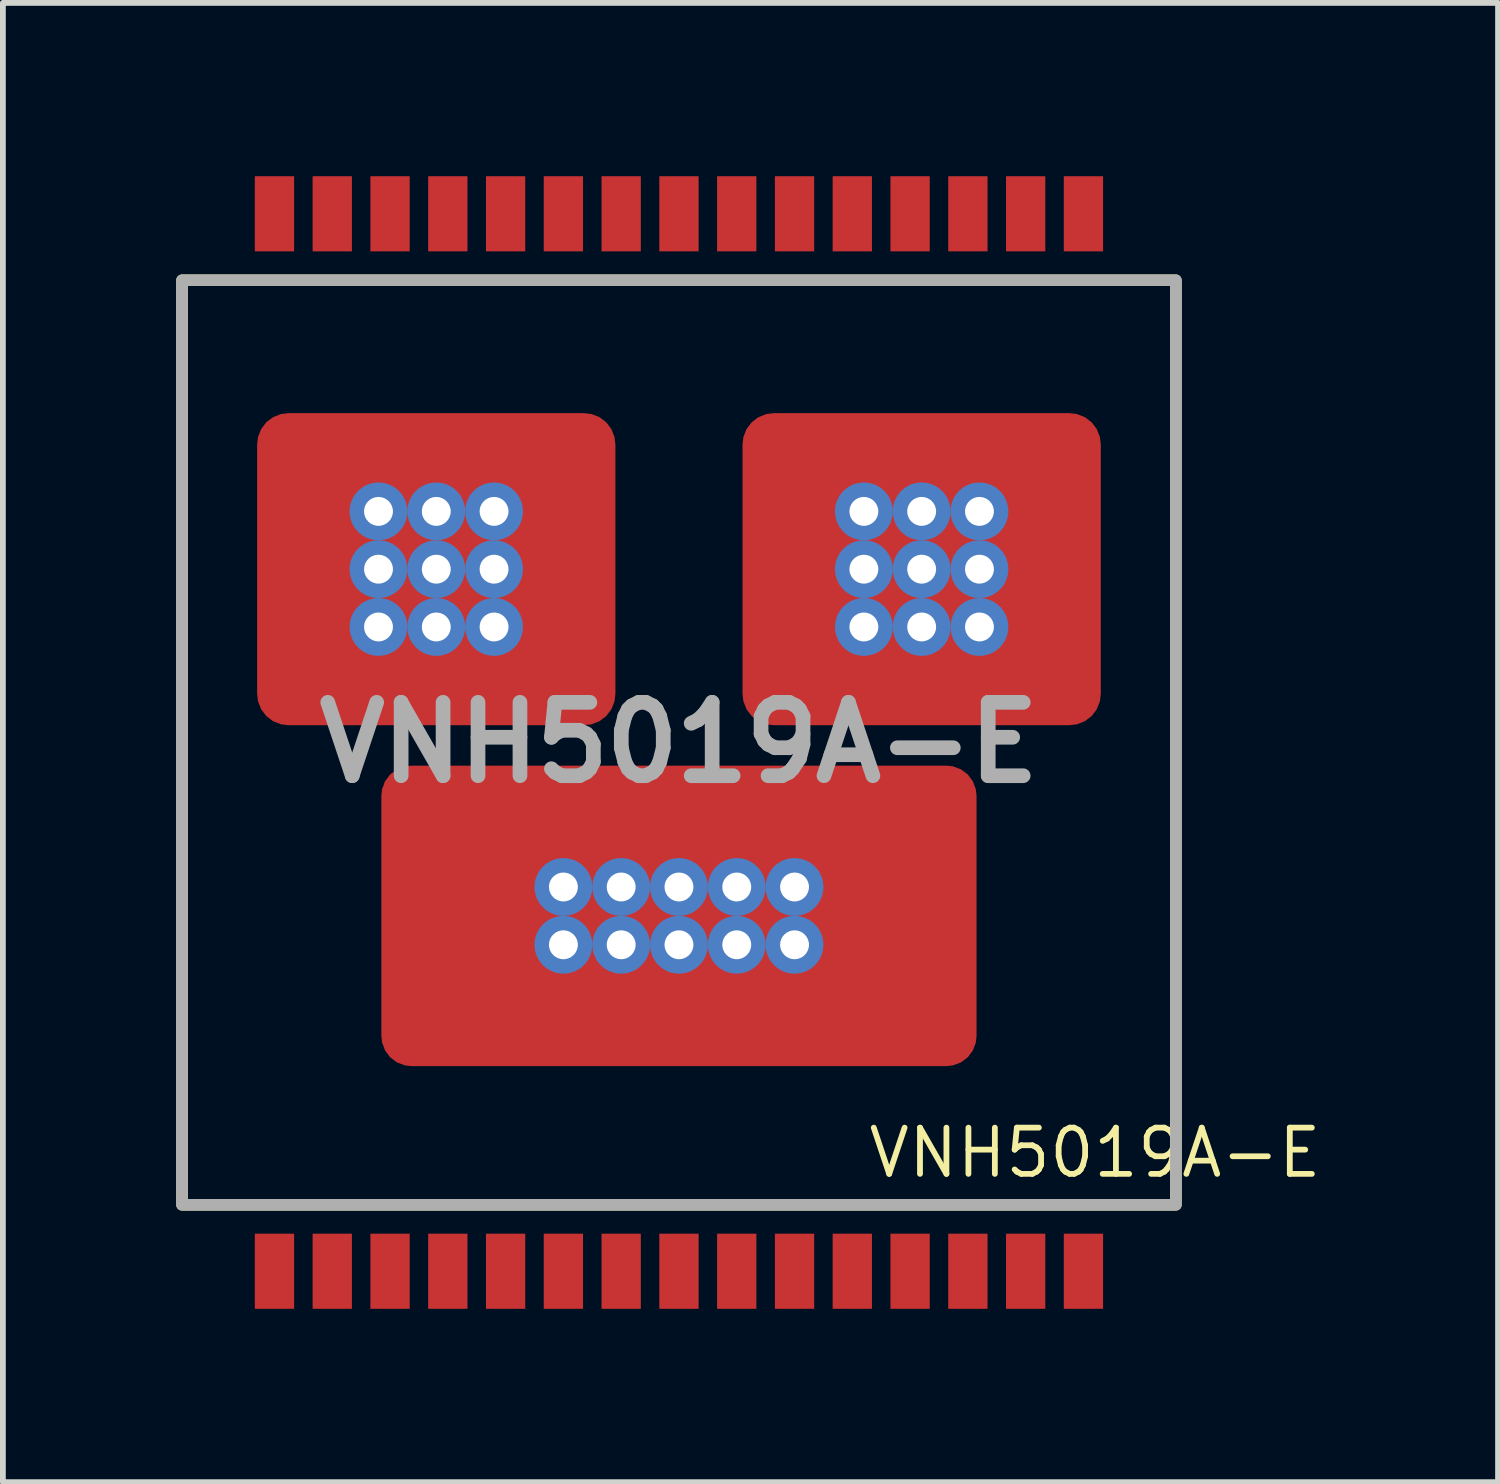
<source format=kicad_pcb>
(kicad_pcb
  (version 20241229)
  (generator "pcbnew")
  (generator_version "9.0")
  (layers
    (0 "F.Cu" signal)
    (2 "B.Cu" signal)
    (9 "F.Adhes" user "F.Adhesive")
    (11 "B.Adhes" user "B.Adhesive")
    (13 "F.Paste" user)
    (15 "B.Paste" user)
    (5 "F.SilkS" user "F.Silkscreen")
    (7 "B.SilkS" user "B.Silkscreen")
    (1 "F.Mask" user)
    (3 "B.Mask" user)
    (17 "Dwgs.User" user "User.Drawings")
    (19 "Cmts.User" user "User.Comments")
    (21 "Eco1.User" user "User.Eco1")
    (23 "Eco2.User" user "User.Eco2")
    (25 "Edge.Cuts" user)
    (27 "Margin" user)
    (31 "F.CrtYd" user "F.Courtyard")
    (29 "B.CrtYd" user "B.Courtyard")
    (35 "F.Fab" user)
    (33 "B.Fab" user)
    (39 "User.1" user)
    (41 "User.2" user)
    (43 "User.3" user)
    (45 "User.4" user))
  (footprint "VNH5019A-E"
    (layer "F.Cu")
    (at 8.7 9.8)
    (property "Reference" "VNH5019A-E" (at 7.2 7.1 0) (layer "F.SilkS") (effects (font (size 0.8 0.8) (thickness 0.1))))
    (attr smd)
    (fp_rect (start -8.6 -8) (end 8.6 8) (stroke (width 0.2) (type solid)) (fill no) (layer "F.SilkS"))
    (fp_rect (start -8.6 -8) (end 8.6 8) (stroke (width 0.2) (type solid)) (fill no) (layer "F.Fab"))
    (fp_text user "${REFERENCE}" (at 0 0 0) (layer "F.Fab") (effects (font (size 1.27 1.27) (thickness 0.254))))
    (pad "2" smd rect (at -6 9.15) (size 0.68 1.3) (layers "F.Cu" "F.Mask" "F.Paste"))
    (pad "4" smd rect (at -4 9.15) (size 0.68 1.3) (layers "F.Cu" "F.Mask" "F.Paste"))
    (pad "5" smd rect (at -3 9.15) (size 0.68 1.3) (layers "F.Cu" "F.Mask" "F.Paste"))
    (pad "6" smd rect (at -2 9.15) (size 0.68 1.3) (layers "F.Cu" "F.Mask" "F.Paste"))
    (pad "7" smd rect (at -1 9.15) (size 0.68 1.3) (layers "F.Cu" "F.Mask" "F.Paste"))
    (pad "8" smd rect (at 0 9.15) (size 0.68 1.3) (layers "F.Cu" "F.Mask" "F.Paste"))
    (pad "9" smd rect (at 1 9.15) (size 0.68 1.3) (layers "F.Cu" "F.Mask" "F.Paste"))
    (pad "10" smd rect (at 2 9.15) (size 0.68 1.3) (layers "F.Cu" "F.Mask" "F.Paste"))
    (pad "11" smd rect (at 3 9.15) (size 0.68 1.3) (layers "F.Cu" "F.Mask" "F.Paste"))
    (pad "12" smd rect (at 4 9.15) (size 0.68 1.3) (layers "F.Cu" "F.Mask" "F.Paste"))
    (pad "14" smd rect (at 6 9.15) (size 0.68 1.3) (layers "F.Cu" "F.Mask" "F.Paste"))
    (pad "17" smd rect (at 6 -9.15) (size 0.68 1.3) (layers "F.Cu" "F.Mask" "F.Paste"))
    (pad "21" smd rect (at 2 -9.15) (size 0.68 1.3) (layers "F.Cu" "F.Mask" "F.Paste"))
    (pad "22" smd rect (at 1 -9.15) (size 0.68 1.3) (layers "F.Cu" "F.Mask" "F.Paste"))
    (pad "24" smd rect (at -1 -9.15) (size 0.68 1.3) (layers "F.Cu" "F.Mask" "F.Paste"))
    (pad "29" smd rect (at -6 -9.15) (size 0.68 1.3) (layers "F.Cu" "F.Mask" "F.Paste"))
    (pad "GND" smd rect (at -5 -9.15) (size 0.68 1.3) (layers "F.Cu" "F.Mask" "F.Paste"))
    (pad "GND" smd rect (at -4 -9.15) (size 0.68 1.3) (layers "F.Cu" "F.Mask" "F.Paste"))
    (pad "GND" smd rect (at -3 -9.15) (size 0.68 1.3) (layers "F.Cu" "F.Mask" "F.Paste"))
    (pad "GND" smd rect (at 3 -9.15) (size 0.68 1.3) (layers "F.Cu" "F.Mask" "F.Paste"))
    (pad "GND" smd rect (at 4 -9.15) (size 0.68 1.3) (layers "F.Cu" "F.Mask" "F.Paste"))
    (pad "GND" smd rect (at 5 -9.15) (size 0.68 1.3) (layers "F.Cu" "F.Mask" "F.Paste"))
    (pad "OUTA" smd rect (at -7 -9.15) (size 0.68 1.3) (layers "F.Cu" "F.Mask" "F.Paste"))
    (pad "OUTA" smd rect (at -7 9.15) (size 0.68 1.3) (layers "F.Cu" "F.Mask" "F.Paste"))
    (pad "OUTA" thru_hole circle (at -5.2 -4 90) (size 1 1) (drill 0.5) (layers "*.Cu" "*.Mask"))
    (pad "OUTA" thru_hole circle (at -5.2 -3 90) (size 1 1) (drill 0.5) (layers "*.Cu" "*.Mask"))
    (pad "OUTA" thru_hole circle (at -5.2 -2 90) (size 1 1) (drill 0.5) (layers "*.Cu" "*.Mask"))
    (pad "OUTA" thru_hole circle (at -4.2 -4 90) (size 1 1) (drill 0.5) (layers "*.Cu" "*.Mask"))
    (pad "OUTA" thru_hole circle (at -4.2 -3 90) (size 1 1) (drill 0.5) (layers "*.Cu" "*.Mask"))
    (pad "OUTA" smd roundrect (at -4.2 -3 90) (size 5.4 6.2) (layers "F.Cu" "F.Mask" "F.Paste") (roundrect_rratio 0.1))
    (pad "OUTA" thru_hole circle (at -4.2 -2 90) (size 1 1) (drill 0.5) (layers "*.Cu" "*.Mask"))
    (pad "OUTA" thru_hole circle (at -3.2 -4 90) (size 1 1) (drill 0.5) (layers "*.Cu" "*.Mask"))
    (pad "OUTA" thru_hole circle (at -3.2 -3 90) (size 1 1) (drill 0.5) (layers "*.Cu" "*.Mask"))
    (pad "OUTA" thru_hole circle (at -3.2 -2 90) (size 1 1) (drill 0.5) (layers "*.Cu" "*.Mask"))
    (pad "OUTA" smd rect (at -2 -9.15) (size 0.68 1.3) (layers "F.Cu" "F.Mask" "F.Paste"))
    (pad "OUTB" thru_hole circle (at 3.2 -4 90) (size 1 1) (drill 0.5) (layers "*.Cu" "*.Mask"))
    (pad "OUTB" thru_hole circle (at 3.2 -3 90) (size 1 1) (drill 0.5) (layers "*.Cu" "*.Mask"))
    (pad "OUTB" thru_hole circle (at 3.2 -2 90) (size 1 1) (drill 0.5) (layers "*.Cu" "*.Mask"))
    (pad "OUTB" thru_hole circle (at 4.2 -4 90) (size 1 1) (drill 0.5) (layers "*.Cu" "*.Mask"))
    (pad "OUTB" thru_hole circle (at 4.2 -3 90) (size 1 1) (drill 0.5) (layers "*.Cu" "*.Mask"))
    (pad "OUTB" smd roundrect (at 4.2 -3 90) (size 5.4 6.2) (layers "F.Cu" "F.Mask" "F.Paste") (roundrect_rratio 0.1))
    (pad "OUTB" thru_hole circle (at 4.2 -2 90) (size 1 1) (drill 0.5) (layers "*.Cu" "*.Mask"))
    (pad "OUTB" thru_hole circle (at 5.2 -4 90) (size 1 1) (drill 0.5) (layers "*.Cu" "*.Mask"))
    (pad "OUTB" thru_hole circle (at 5.2 -3 90) (size 1 1) (drill 0.5) (layers "*.Cu" "*.Mask"))
    (pad "OUTB" thru_hole circle (at 5.2 -2 90) (size 1 1) (drill 0.5) (layers "*.Cu" "*.Mask"))
    (pad "OUTB" smd rect (at 7 -9.15) (size 0.68 1.3) (layers "F.Cu" "F.Mask" "F.Paste"))
    (pad "OUTB" smd rect (at 7 9.15) (size 0.68 1.3) (layers "F.Cu" "F.Mask" "F.Paste"))
    (pad "VCC" smd rect (at -5 9.15) (size 0.68 1.3) (layers "F.Cu" "F.Mask" "F.Paste"))
    (pad "VCC" thru_hole circle (at -2 2.5 90) (size 1 1) (drill 0.5) (layers "*.Cu" "*.Mask"))
    (pad "VCC" thru_hole circle (at -2 3.5 90) (size 1 1) (drill 0.5) (layers "*.Cu" "*.Mask"))
    (pad "VCC" thru_hole circle (at -1 2.5 90) (size 1 1) (drill 0.5) (layers "*.Cu" "*.Mask"))
    (pad "VCC" thru_hole circle (at -1 3.5 90) (size 1 1) (drill 0.5) (layers "*.Cu" "*.Mask"))
    (pad "VCC" smd rect (at 0 -9.15) (size 0.68 1.3) (layers "F.Cu" "F.Mask" "F.Paste"))
    (pad "VCC" thru_hole circle (at 0 2.5 90) (size 1 1) (drill 0.5) (layers "*.Cu" "*.Mask"))
    (pad "VCC" smd roundrect (at 0 3 90) (size 5.2 10.3) (layers "F.Cu" "F.Mask" "F.Paste") (roundrect_rratio 0.1))
    (pad "VCC" thru_hole circle (at 0 3.5 90) (size 1 1) (drill 0.5) (layers "*.Cu" "*.Mask"))
    (pad "VCC" thru_hole circle (at 1 2.5 90) (size 1 1) (drill 0.5) (layers "*.Cu" "*.Mask"))
    (pad "VCC" thru_hole circle (at 1 3.5 90) (size 1 1) (drill 0.5) (layers "*.Cu" "*.Mask"))
    (pad "VCC" thru_hole circle (at 2 2.5 90) (size 1 1) (drill 0.5) (layers "*.Cu" "*.Mask"))
    (pad "VCC" thru_hole circle (at 2 3.5 90) (size 1 1) (drill 0.5) (layers "*.Cu" "*.Mask"))
    (pad "VCC" smd rect (at 5 9.15) (size 0.68 1.3) (layers "F.Cu" "F.Mask" "F.Paste")))
  (gr_rect
    (start -3 -3)
    (end 22.875 22.6)
    (stroke (width 0.1) (type default))
    (fill no)
    (layer "Edge.Cuts")))
</source>
